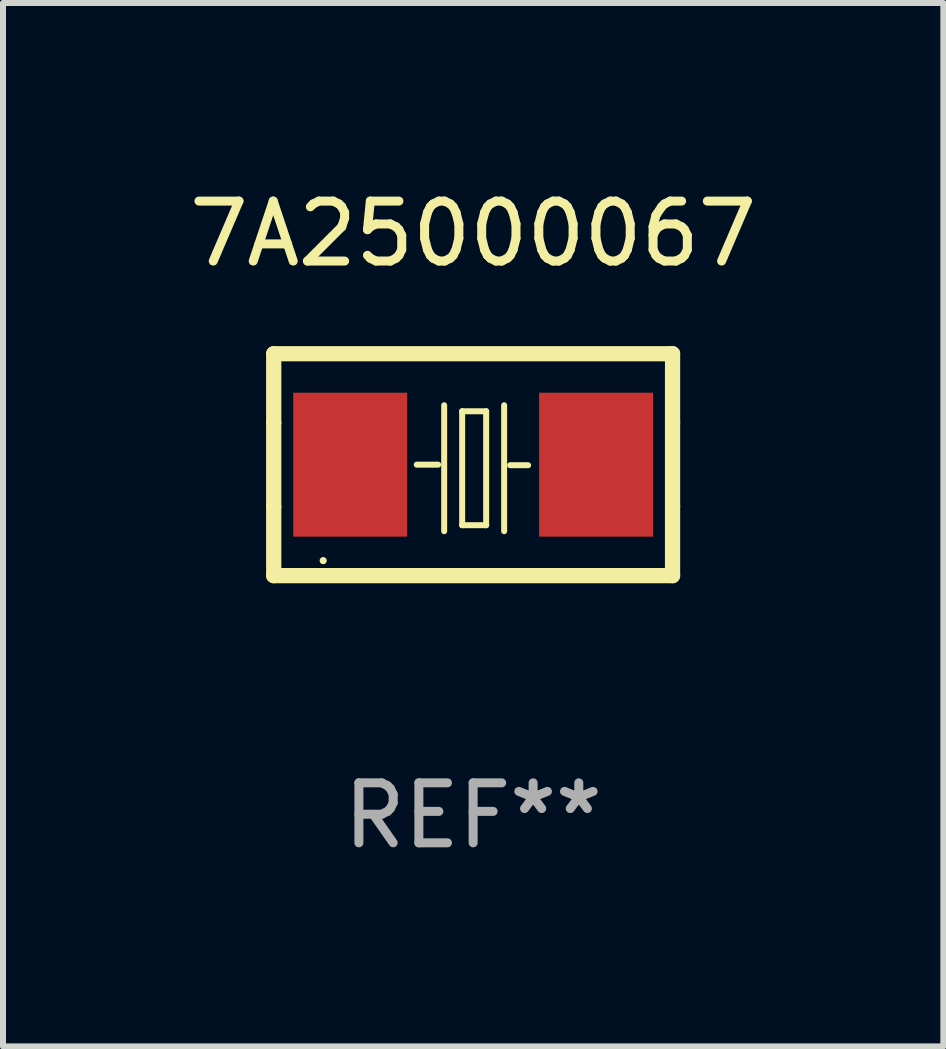
<source format=kicad_pcb>
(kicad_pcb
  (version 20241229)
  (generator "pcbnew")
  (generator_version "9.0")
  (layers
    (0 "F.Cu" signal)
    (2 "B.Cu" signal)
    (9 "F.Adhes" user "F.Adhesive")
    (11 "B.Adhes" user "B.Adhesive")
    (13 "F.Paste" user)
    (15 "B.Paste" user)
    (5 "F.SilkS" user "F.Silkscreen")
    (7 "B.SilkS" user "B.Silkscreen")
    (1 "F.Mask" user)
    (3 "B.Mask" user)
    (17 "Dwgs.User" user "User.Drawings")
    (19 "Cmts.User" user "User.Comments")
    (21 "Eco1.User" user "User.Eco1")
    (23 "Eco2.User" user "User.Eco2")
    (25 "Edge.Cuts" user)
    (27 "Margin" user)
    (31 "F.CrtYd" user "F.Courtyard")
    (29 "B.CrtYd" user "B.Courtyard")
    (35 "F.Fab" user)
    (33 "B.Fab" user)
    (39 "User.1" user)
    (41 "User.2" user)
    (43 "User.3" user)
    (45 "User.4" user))
  (footprint "7A25000067"
    (layer "F.Cu")
    (at 4.839 4.698)
    (property "Reference" "7A25000067" (at 0 -3.85 0) (layer "F.SilkS") (effects (font (size 1 1) (thickness 0.15))))
    (attr through_hole)
    (fp_line (start -3.325 0.7) (end -3.325 -0.7) (stroke (width 0.254) (type solid)) (layer "F.SilkS"))
    (fp_line (start -3.325 -1.85) (end 3.325 -1.85) (stroke (width 0.254) (type solid)) (layer "F.SilkS"))
    (fp_line (start -3.325 -0.7) (end -3.325 -1.85) (stroke (width 0.254) (type solid)) (layer "F.SilkS"))
    (fp_line (start -3.325 1.85) (end -3.325 0.7) (stroke (width 0.254) (type solid)) (layer "F.SilkS"))
    (fp_line (start -0.94 -0.000127) (end -0.584 -0.000127) (stroke (width 0.1) (type solid)) (layer "F.SilkS"))
    (fp_line (start -0.483 -0.991) (end -0.483 1.109) (stroke (width 0.1) (type solid)) (layer "F.SilkS"))
    (fp_line (start -0.183 -0.891) (end -0.183 1.009) (stroke (width 0.1) (type solid)) (layer "F.SilkS"))
    (fp_line (start -0.183 1.009) (end 0.217 1.009) (stroke (width 0.1) (type solid)) (layer "F.SilkS"))
    (fp_line (start 0.217 -0.891) (end -0.183 -0.891) (stroke (width 0.1) (type solid)) (layer "F.SilkS"))
    (fp_line (start 0.217 1.009) (end 0.217 -0.891) (stroke (width 0.1) (type solid)) (layer "F.SilkS"))
    (fp_line (start 0.517 -0.991) (end 0.517 1.109) (stroke (width 0.1) (type solid)) (layer "F.SilkS"))
    (fp_line (start 0.617 0.009) (end 0.917 0.009) (stroke (width 0.1) (type solid)) (layer "F.SilkS"))
    (fp_line (start 3.325 -1.85) (end 3.325 -0.7) (stroke (width 0.254) (type solid)) (layer "F.SilkS"))
    (fp_line (start 3.325 0.7) (end 3.325 1.85) (stroke (width 0.254) (type solid)) (layer "F.SilkS"))
    (fp_line (start 3.325 1.85) (end -3.325 1.85) (stroke (width 0.254) (type solid)) (layer "F.SilkS"))
    (fp_line (start 3.325 -0.7) (end 3.325 0.7) (stroke (width 0.254) (type solid)) (layer "F.SilkS"))
    (fp_circle (center -2.5 1.6) (end -2.47 1.6) (stroke (width 0.06) (type solid)) (fill no) (layer "F.SilkS"))
    (fp_text user "REF**" (at 0 5.85 0) (layer "F.Fab") (effects (font (size 1 1) (thickness 0.15))))
    (pad "1" smd rect (at -2.05 -0.000127) (size 1.9 2.4) (layers "F.Cu" "F.Mask" "F.Paste"))
    (pad "2" smd rect (at 2.05 -0.000127) (size 1.9 2.4) (layers "F.Cu" "F.Mask" "F.Paste")))
  (gr_rect
    (start -3 -3)
    (end 12.679 14.397)
    (stroke (width 0.1) (type default))
    (fill no)
    (layer "Edge.Cuts")))
</source>
